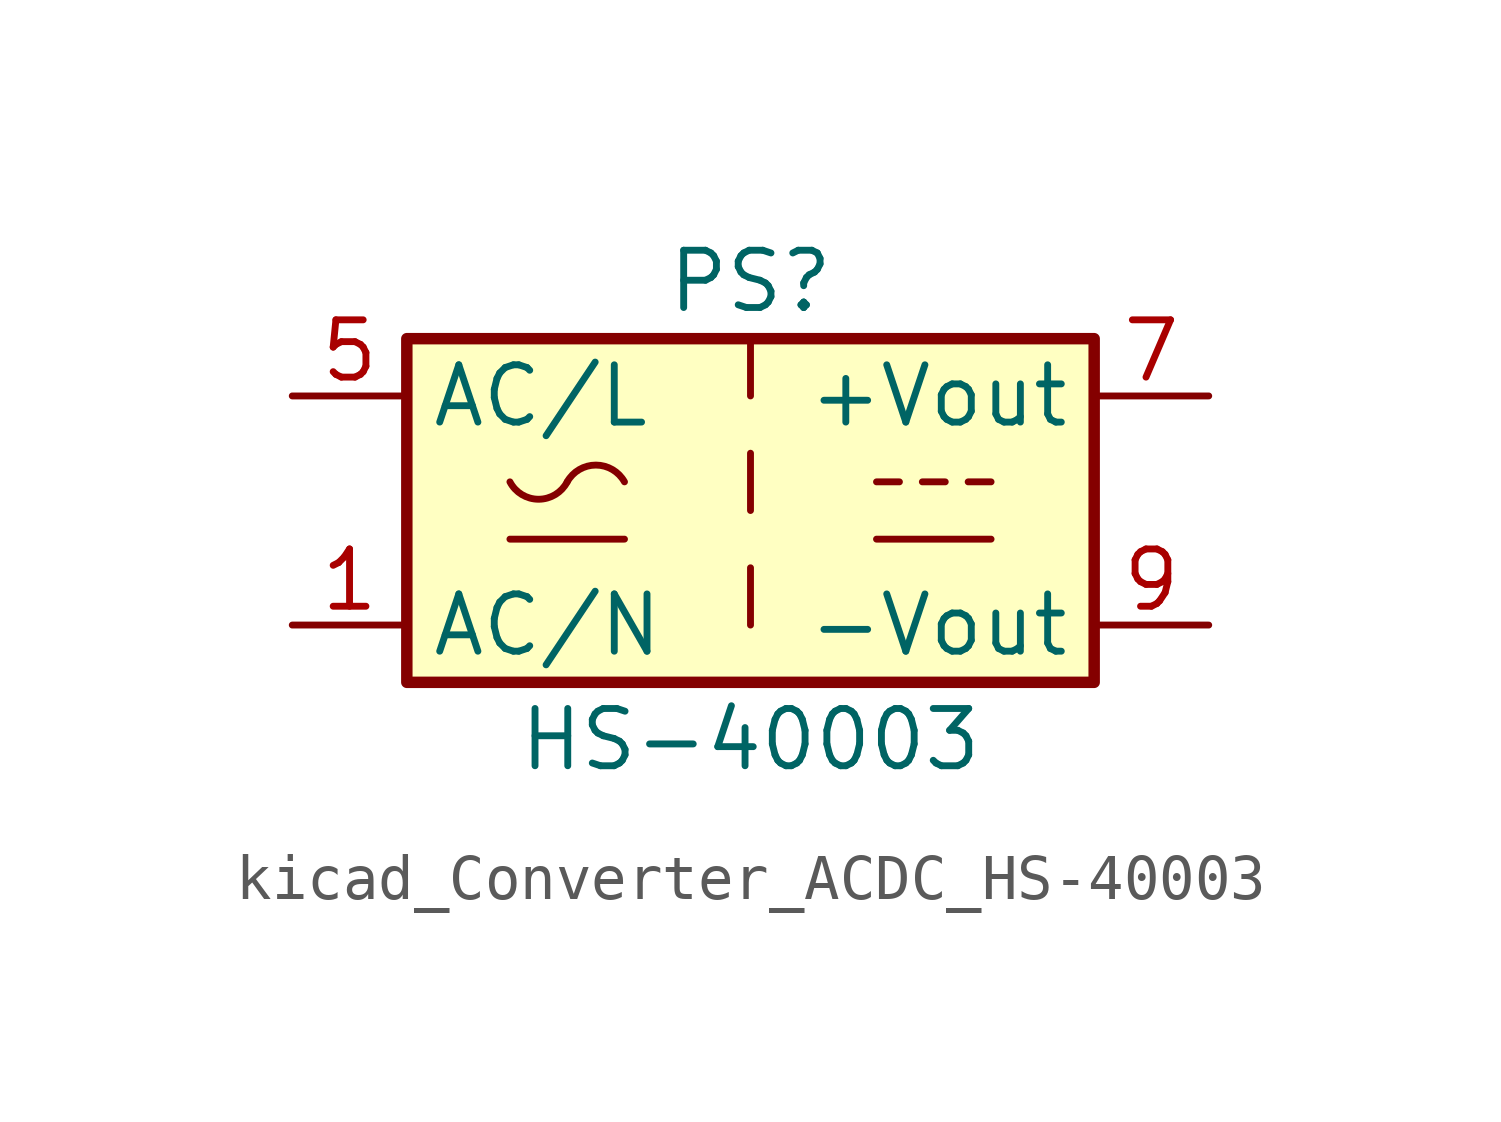
<source format=kicad_sym>
(kicad_symbol_lib
  (version 20220914)
  (generator kicad_symbol_editor)
  (symbol "kicad_Converter_ACDC_HS-40003"
    (property "Reference" "PS"
      (at 0 5.08 0)
      (effects (font (size 1.27 1.27))))
    (property "Value" "HS-40003"
      (at 0 -5.08 0)
      (effects (font (size 1.27 1.27))))
    (symbol "kicad_Converter_ACDC_HS-40003_0_1"
      (rectangle (start -7.62 3.81) (end 7.62 -3.81) (stroke (width 0.254) (type default)) (fill (type background)))
      (arc (start -5.334 0.635) (mid -4.699 0.2495) (end -4.064 0.635) (stroke (width 0) (type default)) (fill (type none)))
      (arc (start -2.794 0.635) (mid -3.429 1.0072) (end -4.064 0.635) (stroke (width 0) (type default)) (fill (type none)))
      (polyline (pts (xy -5.334 -0.635) (xy -2.794 -0.635)) (stroke (width 0) (type default)) (fill (type none)))
      (polyline (pts (xy 2.794 -0.635) (xy 5.334 -0.635)) (stroke (width 0) (type default)) (fill (type none)))
      (polyline (pts (xy 2.794 0.635) (xy 3.302 0.635)) (stroke (width 0) (type default)) (fill (type none)))
      (polyline (pts (xy 3.81 0.635) (xy 4.318 0.635)) (stroke (width 0) (type default)) (fill (type none)))
      (polyline (pts (xy 4.826 0.635) (xy 5.334 0.635)) (stroke (width 0) (type default)) (fill (type none))))
    (symbol "kicad_Converter_ACDC_HS-40003_1_1"
      (polyline (pts (xy 0 -1.27) (xy 0 -2.54)) (stroke (width 0) (type default)) (fill (type none)))
      (polyline (pts (xy 0 1.27) (xy 0 0)) (stroke (width 0) (type default)) (fill (type none)))
      (polyline (pts (xy 0 3.81) (xy 0 2.54)) (stroke (width 0) (type default)) (fill (type none)))
      (pin power_in line (at -10.16 -2.54 0) (length 2.54) (name "AC/N" (effects (font (size 1.27 1.27)))) (number "1" (effects (font (size 1.27 1.27)))))
      (pin power_in line (at -10.16 2.54 0) (length 2.54) (name "AC/L" (effects (font (size 1.27 1.27)))) (number "5" (effects (font (size 1.27 1.27)))))
      (pin power_out line (at 10.16 2.54 180) (length 2.54) (name "+Vout" (effects (font (size 1.27 1.27)))) (number "7" (effects (font (size 1.27 1.27)))))
      (pin power_out line (at 10.16 -2.54 180) (length 2.54) (name "-Vout" (effects (font (size 1.27 1.27)))) (number "9" (effects (font (size 1.27 1.27))))))))
</source>
